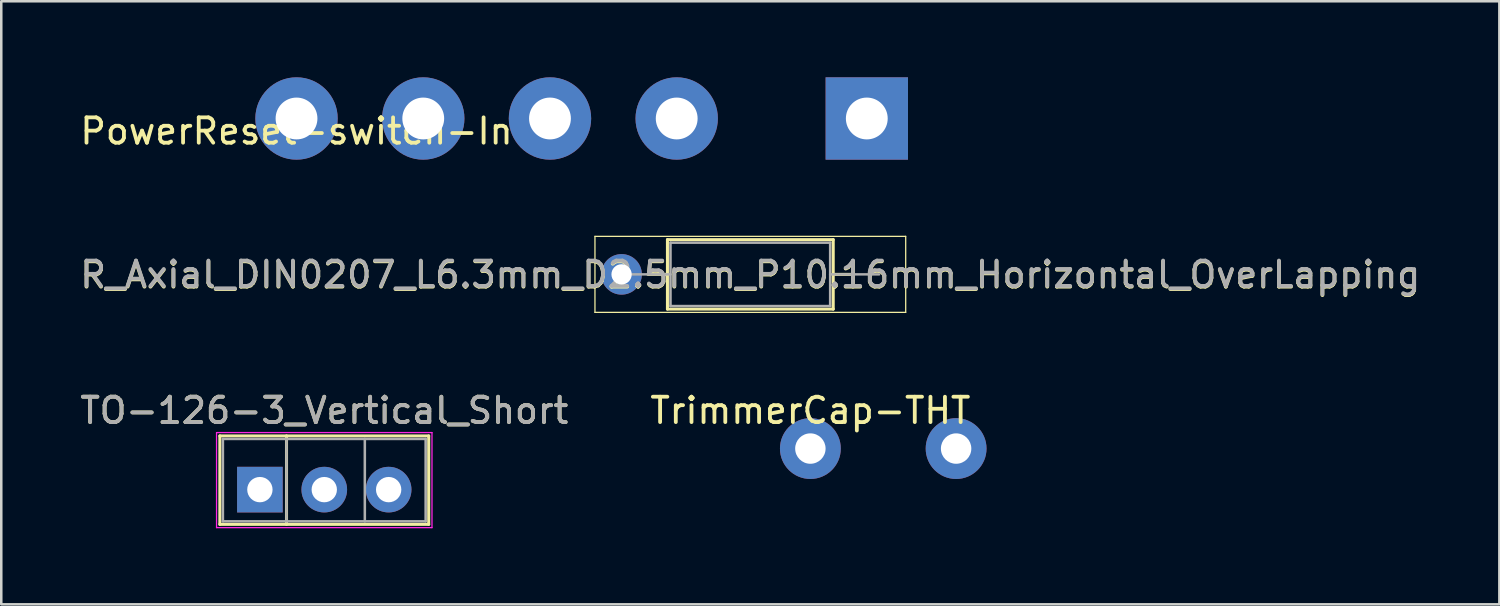
<source format=kicad_pcb>
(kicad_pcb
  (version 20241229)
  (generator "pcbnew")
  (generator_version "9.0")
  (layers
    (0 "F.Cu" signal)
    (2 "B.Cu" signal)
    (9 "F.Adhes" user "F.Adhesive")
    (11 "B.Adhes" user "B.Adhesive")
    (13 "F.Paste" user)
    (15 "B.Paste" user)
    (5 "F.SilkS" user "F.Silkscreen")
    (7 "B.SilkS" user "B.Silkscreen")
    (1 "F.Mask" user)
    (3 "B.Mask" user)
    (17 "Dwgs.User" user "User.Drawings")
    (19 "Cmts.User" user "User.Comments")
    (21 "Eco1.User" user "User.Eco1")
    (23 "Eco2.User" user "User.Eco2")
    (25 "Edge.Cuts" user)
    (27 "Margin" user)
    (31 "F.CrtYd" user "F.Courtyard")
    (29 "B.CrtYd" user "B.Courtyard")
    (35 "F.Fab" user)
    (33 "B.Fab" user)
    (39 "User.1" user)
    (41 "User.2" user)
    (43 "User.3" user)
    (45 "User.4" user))
  (footprint "PowerReset-switch-In"
    (layer "F.Cu")
    (at 8.649 1.625)
    (property "Reference" "PowerReset-switch-In" (at 0 0.5 0) (layer "F.SilkS") (effects (font (size 1 1) (thickness 0.15))))
    (attr through_hole)
    (pad "1" thru_hole rect (at 22.5 0 90) (size 3.25 3.25) (drill 1.65) (layers "*.Cu" "*.Mask"))
    (pad "2" thru_hole circle (at 15 0 90) (size 3.25 3.25) (drill 1.65) (layers "*.Cu" "*.Mask"))
    (pad "3" thru_hole circle (at 10 0 90) (size 3.25 3.25) (drill 1.65) (layers "*.Cu" "*.Mask"))
    (pad "4" thru_hole circle (at 5 0 90) (size 3.25 3.25) (drill 1.65) (layers "*.Cu" "*.Mask"))
    (pad "5" thru_hole circle (at 0 0 90) (size 3.25 3.25) (drill 1.65) (layers "*.Cu" "*.Mask")))
  (footprint "TO-126-3_Vertical_Short"
    (layer "F.Cu")
    (at 7.204 16.268)
    (property "Reference" "TO-126-3_Vertical_Short" (at 2.54 -3.12 0) (layer "F.SilkS") (effects (font (size 1 1) (thickness 0.15))))
    (attr through_hole)
    (fp_line (start -1.58 -2.12) (end -1.58 1.37) (stroke (width 0.12) (type solid)) (layer "F.SilkS"))
    (fp_line (start -1.58 -2.12) (end 6.66 -2.12) (stroke (width 0.12) (type solid)) (layer "F.SilkS"))
    (fp_line (start -1.58 1.37) (end 6.66 1.37) (stroke (width 0.12) (type solid)) (layer "F.SilkS"))
    (fp_line (start 1.05 -2.12) (end 1.05 1.37) (stroke (width 0.12) (type solid)) (layer "F.SilkS"))
    (fp_line (start 6.66 -2.12) (end 6.66 1.37) (stroke (width 0.12) (type solid)) (layer "F.SilkS"))
    (fp_line (start -1.71 -2.25) (end -1.71 1.5) (stroke (width 0.05) (type solid)) (layer "F.CrtYd"))
    (fp_line (start -1.71 1.5) (end 6.79 1.5) (stroke (width 0.05) (type solid)) (layer "F.CrtYd"))
    (fp_line (start 6.79 -2.25) (end -1.71 -2.25) (stroke (width 0.05) (type solid)) (layer "F.CrtYd"))
    (fp_line (start 6.79 1.5) (end 6.79 -2.25) (stroke (width 0.05) (type solid)) (layer "F.CrtYd"))
    (fp_line (start -1.46 -2) (end -1.46 1.25) (stroke (width 0.1) (type solid)) (layer "F.Fab"))
    (fp_line (start -1.46 1.25) (end 6.54 1.25) (stroke (width 0.1) (type solid)) (layer "F.Fab"))
    (fp_line (start 1.05 -2) (end 1.05 1.25) (stroke (width 0.1) (type solid)) (layer "F.Fab"))
    (fp_line (start 4.14 -2) (end 4.14 1.25) (stroke (width 0.1) (type solid)) (layer "F.Fab"))
    (fp_line (start 6.54 -2) (end -1.46 -2) (stroke (width 0.1) (type solid)) (layer "F.Fab"))
    (fp_line (start 6.54 1.25) (end 6.54 -2) (stroke (width 0.1) (type solid)) (layer "F.Fab"))
    (fp_text user "${REFERENCE}" (at 2.54 -3.12 0) (layer "F.Fab") (effects (font (size 1 1) (thickness 0.15))))
    (pad "1" thru_hole rect (at 0 0) (size 1.8 1.8) (drill 1) (layers "*.Cu" "*.Mask"))
    (pad "2" thru_hole oval (at 2.54 0) (size 1.8 1.8) (drill 1) (layers "*.Cu" "*.Mask"))
    (pad "3" thru_hole oval (at 5.08 0) (size 1.8 1.8) (drill 1) (layers "*.Cu" "*.Mask")))
  (footprint "R_Axial_DIN0207_L6.3mm_D2.5mm_P10.16mm_Horizontal_OverLapping"
    (layer "F.Cu")
    (at 21.474 7.775)
    (property "Reference" "R_Axial_DIN0207_L6.3mm_D2.5mm_P10.16mm_Horizontal_OverLapping" (at 5.08 0.029 0) (layer "F.SilkS") (effects (font (size 1 1) (thickness 0.15))))
    (attr through_hole)
    (fp_line (start -1.05 -1.5) (end -1.05 1.5) (stroke (width 0.05) (type solid)) (layer "F.SilkS"))
    (fp_line (start -1.05 1.5) (end 11.21 1.5) (stroke (width 0.05) (type solid)) (layer "F.SilkS"))
    (fp_line (start 1.04 0) (end 1.81 0) (stroke (width 0.12) (type solid)) (layer "F.SilkS"))
    (fp_line (start 1.81 -1.37) (end 1.81 1.37) (stroke (width 0.12) (type solid)) (layer "F.SilkS"))
    (fp_line (start 1.81 1.37) (end 8.35 1.37) (stroke (width 0.12) (type solid)) (layer "F.SilkS"))
    (fp_line (start 8.35 -1.37) (end 1.81 -1.37) (stroke (width 0.12) (type solid)) (layer "F.SilkS"))
    (fp_line (start 8.35 1.37) (end 8.35 -1.37) (stroke (width 0.12) (type solid)) (layer "F.SilkS"))
    (fp_line (start 9.12 0) (end 8.35 0) (stroke (width 0.12) (type solid)) (layer "F.SilkS"))
    (fp_line (start 11.21 -1.5) (end -1.05 -1.5) (stroke (width 0.05) (type solid)) (layer "F.SilkS"))
    (fp_line (start 11.21 1.5) (end 11.21 -1.5) (stroke (width 0.05) (type solid)) (layer "F.SilkS"))
    (fp_line (start 0 0) (end 1.93 0) (stroke (width 0.1) (type solid)) (layer "F.Fab"))
    (fp_line (start 1.93 -1.25) (end 1.93 1.25) (stroke (width 0.1) (type solid)) (layer "F.Fab"))
    (fp_line (start 1.93 1.25) (end 8.23 1.25) (stroke (width 0.1) (type solid)) (layer "F.Fab"))
    (fp_line (start 8.23 -1.25) (end 1.93 -1.25) (stroke (width 0.1) (type solid)) (layer "F.Fab"))
    (fp_line (start 8.23 1.25) (end 8.23 -1.25) (stroke (width 0.1) (type solid)) (layer "F.Fab"))
    (fp_line (start 10.16 0) (end 8.23 0) (stroke (width 0.1) (type solid)) (layer "F.Fab"))
    (fp_text user "${REFERENCE}" (at 5.08 0 0) (layer "F.Fab") (effects (font (size 1 1) (thickness 0.15))))
    (pad "1" thru_hole circle (at 0 0) (size 1.6 1.6) (drill 0.8) (layers "*.Cu" "*.Mask")))
  (footprint "TrimmerCap-THT"
    (layer "F.Cu")
    (at 28.923 12.648)
    (property "Reference" "TrimmerCap-THT" (at 0 0.5 0) (layer "F.SilkS") (effects (font (size 1 1) (thickness 0.15))))
    (attr through_hole)
    (pad "1" thru_hole circle (at 0 2) (size 2.4 2.4) (drill 1.2) (layers "*.Cu" "*.Mask"))
    (pad "2" thru_hole circle (at 5.75 2) (size 2.4 2.4) (drill 1.2) (layers "*.Cu" "*.Mask")))
  (gr_rect
    (start -3 -3)
    (end 56.107 20.793)
    (stroke (width 0.1) (type default))
    (fill no)
    (layer "Edge.Cuts")))
</source>
